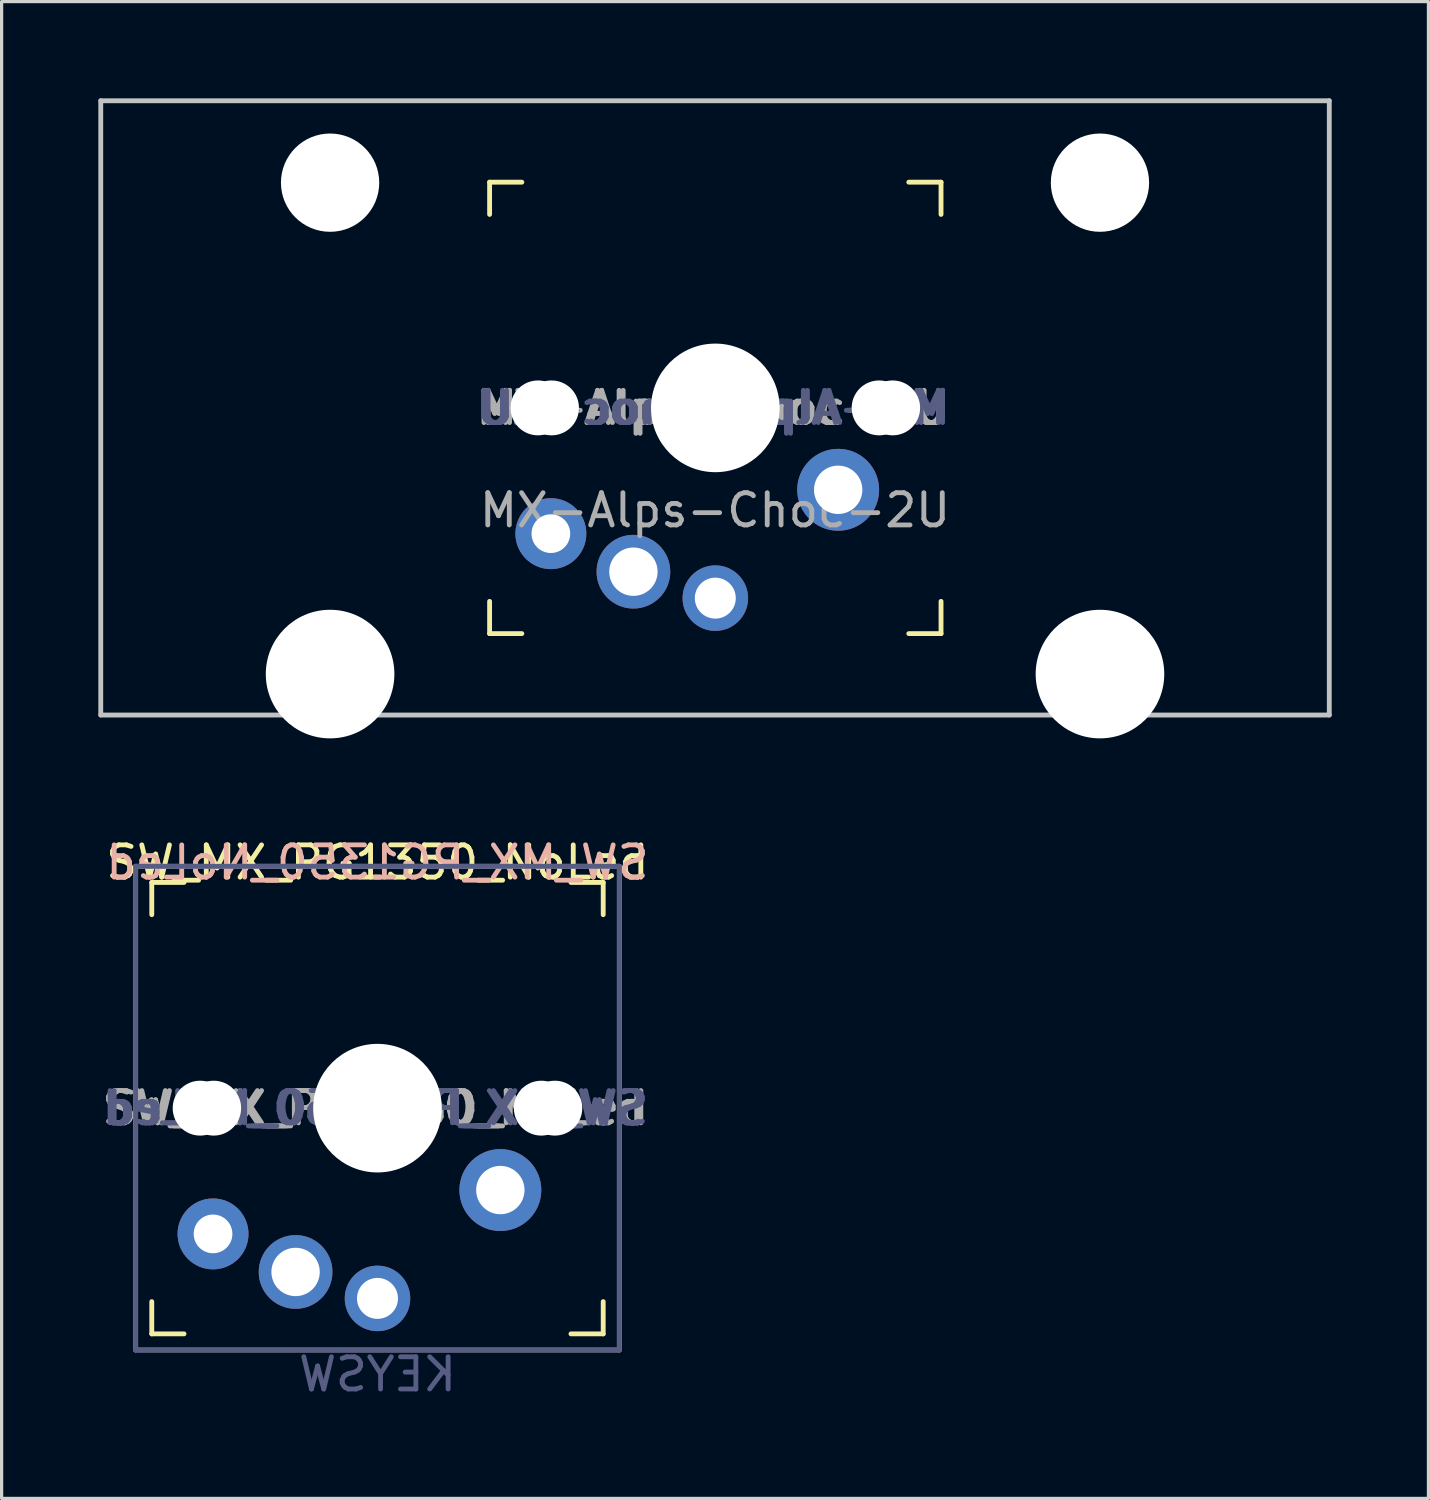
<source format=kicad_pcb>
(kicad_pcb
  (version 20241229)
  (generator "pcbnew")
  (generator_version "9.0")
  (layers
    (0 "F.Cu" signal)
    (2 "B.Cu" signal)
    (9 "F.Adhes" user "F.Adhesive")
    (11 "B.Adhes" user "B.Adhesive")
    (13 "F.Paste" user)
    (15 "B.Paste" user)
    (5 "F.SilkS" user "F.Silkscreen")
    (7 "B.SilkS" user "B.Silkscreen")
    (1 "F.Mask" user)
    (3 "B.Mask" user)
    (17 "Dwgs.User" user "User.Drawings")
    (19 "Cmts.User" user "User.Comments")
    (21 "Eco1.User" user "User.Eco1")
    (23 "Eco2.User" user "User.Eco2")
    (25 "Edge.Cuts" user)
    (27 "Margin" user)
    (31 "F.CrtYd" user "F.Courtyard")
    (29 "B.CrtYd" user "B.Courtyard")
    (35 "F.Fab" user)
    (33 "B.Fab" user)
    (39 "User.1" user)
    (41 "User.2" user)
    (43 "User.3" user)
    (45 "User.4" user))
  (footprint "MX-Alps-Choc-2U"
    (layer "F.Cu")
    (at 19.125 9.6)
    (property "Reference" "MX-Alps-Choc-2U" (at 0 3.175 0) (layer "F.Fab") (effects (font (size 1 1) (thickness 0.15))))
    (attr through_hole)
    (fp_line (start -6.991 -7) (end -5.991 -7) (stroke (width 0.15) (type solid)) (layer "F.SilkS"))
    (fp_line (start -6.991 -6) (end -6.991 -7) (stroke (width 0.15) (type solid)) (layer "F.SilkS"))
    (fp_line (start -6.991 7) (end -6.991 6) (stroke (width 0.15) (type solid)) (layer "F.SilkS"))
    (fp_line (start -5.991 7) (end -6.991 7) (stroke (width 0.15) (type solid)) (layer "F.SilkS"))
    (fp_line (start 6.009 -7) (end 7.009 -7) (stroke (width 0.15) (type solid)) (layer "F.SilkS"))
    (fp_line (start 7.009 -7) (end 7.009 -6) (stroke (width 0.15) (type solid)) (layer "F.SilkS"))
    (fp_line (start 7.009 6) (end 7.009 7) (stroke (width 0.15) (type solid)) (layer "F.SilkS"))
    (fp_line (start 7.009 7) (end 6.009 7) (stroke (width 0.15) (type solid)) (layer "F.SilkS"))
    (fp_line (start -19.05 -9.525) (end 19.05 -9.525) (stroke (width 0.15) (type solid)) (layer "Dwgs.User"))
    (fp_line (start -19.05 9.525) (end -19.05 -9.525) (stroke (width 0.15) (type solid)) (layer "Dwgs.User"))
    (fp_line (start 19.05 -9.525) (end 19.05 9.525) (stroke (width 0.15) (type solid)) (layer "Dwgs.User"))
    (fp_line (start 19.05 9.525) (end -19.05 9.525) (stroke (width 0.15) (type solid)) (layer "Dwgs.User"))
    (fp_line (start -6.891 6.9) (end -6.891 -6.9) (stroke (width 0.15) (type solid)) (layer "Eco2.User"))
    (fp_line (start -6.891 6.9) (end 6.909 6.9) (stroke (width 0.15) (type solid)) (layer "Eco2.User"))
    (fp_line (start 6.909 -6.9) (end -6.891 -6.9) (stroke (width 0.15) (type solid)) (layer "Eco2.User"))
    (fp_line (start 6.909 -6.9) (end 6.909 6.9) (stroke (width 0.15) (type solid)) (layer "Eco2.User"))
    (fp_text user "${REFERENCE}" (at 0.009 0 0) (layer "B.Fab") (effects (font (size 1 1) (thickness 0.15)) (justify mirror)))
    (fp_text user "${REFERENCE}" (at -0.118 0 180) (layer "B.Fab") (effects (font (size 1 1) (thickness 0.15)) (justify mirror)))
    (fp_text user "${REFERENCE}" (at -0.118 0 180) (layer "F.Fab") (effects (font (size 1 1) (thickness 0.15))))
    (fp_text user "${REFERENCE}" (at 0.009 0 0) (layer "F.Fab") (effects (font (size 1 1) (thickness 0.15))))
    (pad "" np_thru_hole circle (at -11.938 -6.985) (size 3.048 3.048) (drill 3.048) (layers "*.Cu" "*.Mask"))
    (pad "" np_thru_hole circle (at -11.938 8.255) (size 3.988 3.988) (drill 3.988) (layers "*.Cu" "*.Mask"))
    (pad "" np_thru_hole circle (at -5.491 0) (size 1.702 1.702) (drill 1.702) (layers "*.Cu" "*.Mask"))
    (pad "" np_thru_hole circle (at -5.071 0 180) (size 1.702 1.702) (drill 1.702) (layers "*.Cu" "*.Mask"))
    (pad "" np_thru_hole circle (at 0.009 0 180) (size 3.988 3.988) (drill 3.988) (layers "*.Cu" "*.Mask"))
    (pad "" np_thru_hole circle (at 5.089 0 180) (size 1.702 1.702) (drill 1.702) (layers "*.Cu" "*.Mask"))
    (pad "" np_thru_hole circle (at 5.509 0) (size 1.702 1.702) (drill 1.702) (layers "*.Cu" "*.Mask"))
    (pad "" np_thru_hole circle (at 11.938 -6.985) (size 3.048 3.048) (drill 3.048) (layers "*.Cu" "*.Mask"))
    (pad "" np_thru_hole circle (at 11.938 8.255) (size 3.988 3.988) (drill 3.988) (layers "*.Cu" "*.Mask"))
    (pad "1" thru_hole circle (at 0.009 5.9) (size 2.032 2.032) (drill 1.27) (layers "*.Cu" "*.Mask"))
    (pad "1" thru_hole circle (at 3.819 2.54 225) (size 2.54 2.54) (drill 1.5) (layers "*.Cu" "*.Mask"))
    (pad "2" thru_hole circle (at -5.091 3.9 315) (size 2.2 2.2) (drill 1.2) (layers "*.Cu" "*.Mask"))
    (pad "2" thru_hole circle (at -2.531 5.08 180) (size 2.286 2.286) (drill 1.5) (layers "*.Cu" "*.Mask")))
  (footprint "SW_MX_PG1350_NoLed"
    (layer "F.Cu")
    (at 8.657 31.317)
    (property "Reference" "SW_MX_PG1350_NoLed" (at 0 -7.62 0) (layer "F.SilkS") (effects (font (size 1 1) (thickness 0.15))))
    (property "Value" "KEYSW" (at 0 8.255 0) (layer "F.Fab") (hide yes) (effects (font (size 1 1) (thickness 0.15))))
    (attr through_hole)
    (fp_line (start -7 -7) (end -6 -7) (stroke (width 0.15) (type solid)) (layer "F.SilkS"))
    (fp_line (start -7 -6) (end -7 -7) (stroke (width 0.15) (type solid)) (layer "F.SilkS"))
    (fp_line (start -7 7) (end -7 6) (stroke (width 0.15) (type solid)) (layer "F.SilkS"))
    (fp_line (start -6 7) (end -7 7) (stroke (width 0.15) (type solid)) (layer "F.SilkS"))
    (fp_line (start 6 -7) (end 7 -7) (stroke (width 0.15) (type solid)) (layer "F.SilkS"))
    (fp_line (start 7 -7) (end 7 -6) (stroke (width 0.15) (type solid)) (layer "F.SilkS"))
    (fp_line (start 7 6) (end 7 7) (stroke (width 0.15) (type solid)) (layer "F.SilkS"))
    (fp_line (start 7 7) (end 6 7) (stroke (width 0.15) (type solid)) (layer "F.SilkS"))
    (fp_line (start -6.9 6.9) (end -6.9 -6.9) (stroke (width 0.15) (type solid)) (layer "Eco2.User"))
    (fp_line (start -6.9 6.9) (end 6.9 6.9) (stroke (width 0.15) (type solid)) (layer "Eco2.User"))
    (fp_line (start 6.9 -6.9) (end -6.9 -6.9) (stroke (width 0.15) (type solid)) (layer "Eco2.User"))
    (fp_line (start 6.9 -6.9) (end 6.9 6.9) (stroke (width 0.15) (type solid)) (layer "Eco2.User"))
    (fp_line (start -7.5 -7.5) (end 7.5 -7.5) (stroke (width 0.15) (type solid)) (layer "B.Fab"))
    (fp_line (start -7.5 7.5) (end -7.5 -7.5) (stroke (width 0.15) (type solid)) (layer "B.Fab"))
    (fp_line (start 7.5 -7.5) (end 7.5 7.5) (stroke (width 0.15) (type solid)) (layer "B.Fab"))
    (fp_line (start 7.5 7.5) (end -7.5 7.5) (stroke (width 0.15) (type solid)) (layer "B.Fab"))
    (fp_line (start -7.5 -7.5) (end 7.5 -7.5) (stroke (width 0.15) (type solid)) (layer "F.Fab"))
    (fp_line (start -7.5 7.5) (end -7.5 -7.5) (stroke (width 0.15) (type solid)) (layer "F.Fab"))
    (fp_line (start 7.5 -7.5) (end 7.5 7.5) (stroke (width 0.15) (type solid)) (layer "F.Fab"))
    (fp_line (start 7.5 7.5) (end -7.5 7.5) (stroke (width 0.15) (type solid)) (layer "F.Fab"))
    (fp_text user "${REFERENCE}" (at 0 -7.62 0) (layer "B.SilkS") (effects (font (size 1 1) (thickness 0.15)) (justify mirror)))
    (fp_text user "${REFERENCE}" (at -0.127 0 180) (layer "B.Fab") (effects (font (size 1 1) (thickness 0.15)) (justify mirror)))
    (fp_text user "${VALUE}" (at 0 8.255 0) (layer "B.Fab") (effects (font (size 1 1) (thickness 0.15)) (justify mirror)))
    (fp_text user "${REFERENCE}" (at 0 0 0) (layer "B.Fab") (effects (font (size 1 1) (thickness 0.15)) (justify mirror)))
    (fp_text user "${REFERENCE}" (at 0 0 0) (layer "F.Fab") (effects (font (size 1 1) (thickness 0.15))))
    (fp_text user "${REFERENCE}" (at -0.127 0 180) (layer "F.Fab") (effects (font (size 1 1) (thickness 0.15))))
    (pad "" np_thru_hole circle (at -5.5 0) (size 1.702 1.702) (drill 1.702) (layers "*.Cu" "*.Mask"))
    (pad "" np_thru_hole circle (at -5.08 0 180) (size 1.702 1.702) (drill 1.702) (layers "*.Cu" "*.Mask"))
    (pad "" np_thru_hole circle (at 0 0 180) (size 3.988 3.988) (drill 3.988) (layers "*.Cu" "*.Mask"))
    (pad "" np_thru_hole circle (at 5.08 0 180) (size 1.702 1.702) (drill 1.702) (layers "*.Cu" "*.Mask"))
    (pad "" np_thru_hole circle (at 5.5 0) (size 1.702 1.702) (drill 1.702) (layers "*.Cu" "*.Mask"))
    (pad "1" thru_hole circle (at 0 5.9) (size 2.032 2.032) (drill 1.27) (layers "*.Cu" "*.Mask"))
    (pad "1" thru_hole circle (at 3.81 2.54 225) (size 2.54 2.54) (drill 1.5) (layers "*.Cu" "*.Mask"))
    (pad "2" thru_hole circle (at -5.1 3.9 315) (size 2.2 2.2) (drill 1.2) (layers "*.Cu" "*.Mask"))
    (pad "2" thru_hole circle (at -2.54 5.08 180) (size 2.286 2.286) (drill 1.5) (layers "*.Cu" "*.Mask")))
  (gr_rect
    (start -3 -3)
    (end 41.25 43.42)
    (stroke (width 0.1) (type default))
    (fill no)
    (layer "Edge.Cuts")))
</source>
